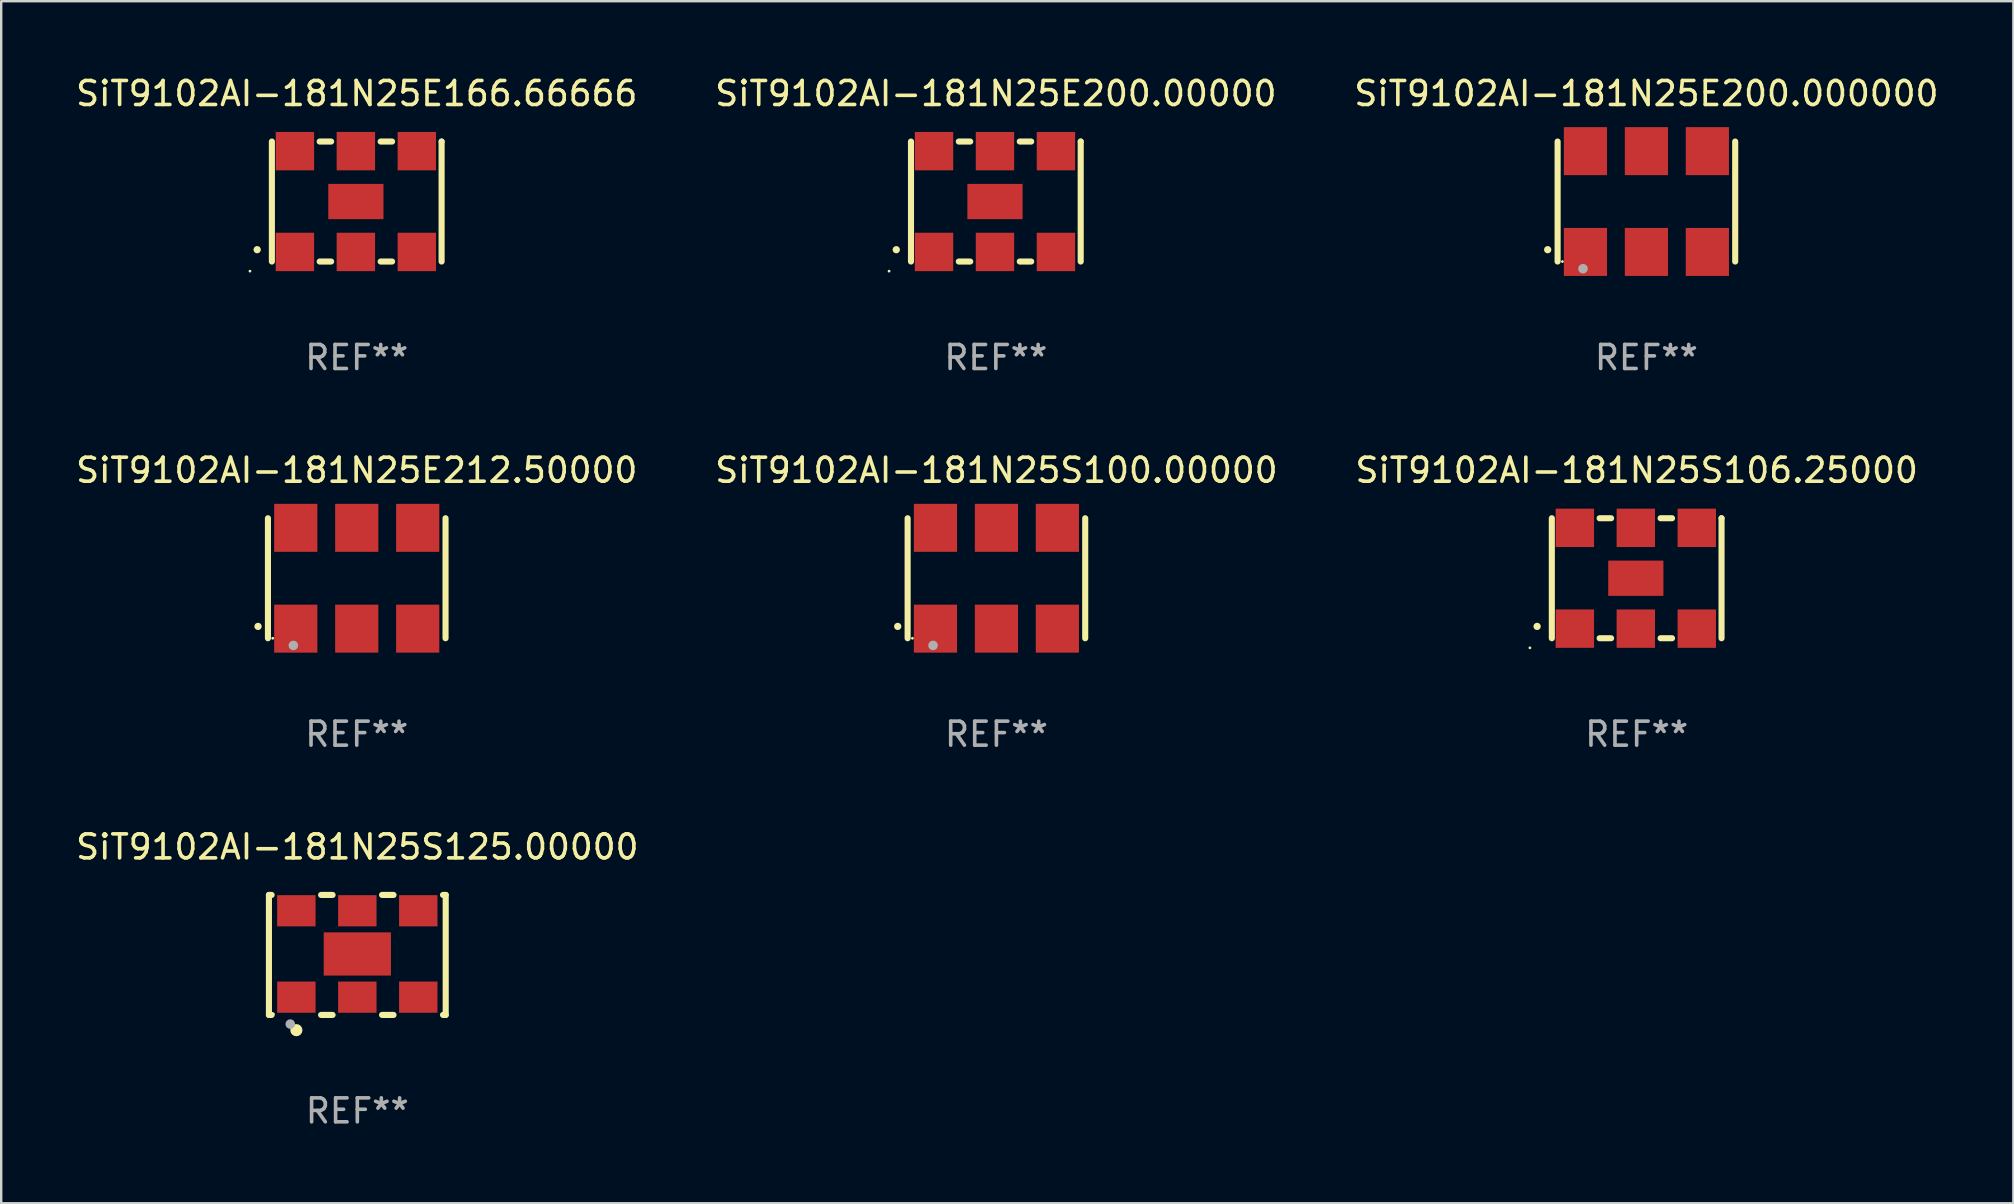
<source format=kicad_pcb>
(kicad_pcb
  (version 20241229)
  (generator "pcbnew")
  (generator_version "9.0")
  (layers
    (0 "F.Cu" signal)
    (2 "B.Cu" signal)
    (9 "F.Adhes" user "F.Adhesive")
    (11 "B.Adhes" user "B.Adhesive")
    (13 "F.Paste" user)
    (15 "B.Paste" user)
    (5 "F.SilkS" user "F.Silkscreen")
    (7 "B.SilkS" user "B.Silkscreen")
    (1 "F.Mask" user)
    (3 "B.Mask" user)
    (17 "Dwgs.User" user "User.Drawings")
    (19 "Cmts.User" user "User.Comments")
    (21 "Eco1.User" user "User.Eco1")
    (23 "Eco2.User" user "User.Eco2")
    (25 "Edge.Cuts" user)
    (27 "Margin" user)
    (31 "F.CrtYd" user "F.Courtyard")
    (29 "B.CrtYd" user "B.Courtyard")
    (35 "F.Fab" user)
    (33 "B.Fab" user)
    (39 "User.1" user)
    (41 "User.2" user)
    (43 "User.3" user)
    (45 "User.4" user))
  (footprint "SiT9102AI-181N25E212.50000"
    (layer "F.Cu")
    (at 11.815 21.045)
    (property "Reference" "SiT9102AI-181N25E212.50000" (at 0 -4.5 0) (layer "F.SilkS") (effects (font (size 1 1) (thickness 0.15))))
    (attr through_hole)
    (fp_line (start -3.7 -2.5) (end -3.7 2.5) (stroke (width 0.254) (type solid)) (layer "F.SilkS"))
    (fp_line (start 3.7 -2.5) (end 3.7 2.5) (stroke (width 0.254) (type solid)) (layer "F.SilkS"))
    (fp_arc (start -4.114415 2.006604) (mid -4.113145 2.006599) (end -4.111875 2.006604) (stroke (width 0.3) (type solid)) (layer "F.SilkS"))
    (fp_circle (center -3.5 2.501) (end -3.47 2.501) (stroke (width 0.06) (type solid)) (fill no) (layer "F.SilkS"))
    (fp_circle (center -2.641 2.799) (end -2.541 2.799) (stroke (width 0.2) (type solid)) (fill no) (layer "F.Fab"))
    (fp_text user "REF**" (at 0 6.5 0) (layer "F.Fab") (effects (font (size 1 1) (thickness 0.15))))
    (pad "1" smd rect (at -2.54 2.1) (size 1.8 2) (layers "F.Cu" "F.Mask" "F.Paste"))
    (pad "2" smd rect (at 0.000394 2.1) (size 1.8 2) (layers "F.Cu" "F.Mask" "F.Paste"))
    (pad "3" smd rect (at 2.54 2.1) (size 1.8 2) (layers "F.Cu" "F.Mask" "F.Paste"))
    (pad "4" smd rect (at 2.54 -2.1) (size 1.8 2) (layers "F.Cu" "F.Mask" "F.Paste"))
    (pad "5" smd rect (at 0.000394 -2.1) (size 1.8 2) (layers "F.Cu" "F.Mask" "F.Paste"))
    (pad "6" smd rect (at -2.54 -2.1) (size 1.8 2) (layers "F.Cu" "F.Mask" "F.Paste")))
  (footprint "SiT9102AI-181N25E166.66666"
    (layer "F.Cu")
    (at 11.815 5.348)
    (property "Reference" "SiT9102AI-181N25E166.66666" (at 0 -4.5 0) (layer "F.SilkS") (effects (font (size 1 1) (thickness 0.15))))
    (attr through_hole)
    (fp_line (start -3.536 -2.5) (end -3.536 2.5) (stroke (width 0.254) (type solid)) (layer "F.SilkS"))
    (fp_line (start -1.544 2.5) (end -1.067 2.5) (stroke (width 0.254) (type solid)) (layer "F.SilkS"))
    (fp_line (start -1.067 -2.5) (end -1.544 -2.5) (stroke (width 0.254) (type solid)) (layer "F.SilkS"))
    (fp_line (start 0.996 2.5) (end 1.473 2.5) (stroke (width 0.254) (type solid)) (layer "F.SilkS"))
    (fp_line (start 1.473 -2.5) (end 0.996 -2.5) (stroke (width 0.254) (type solid)) (layer "F.SilkS"))
    (fp_line (start 3.536 -2.5) (end 3.536 -2.5) (stroke (width 0.254) (type solid)) (layer "F.SilkS"))
    (fp_line (start 3.536 2.5) (end 3.536 -2.5) (stroke (width 0.254) (type solid)) (layer "F.SilkS"))
    (fp_arc (start -4.150432 2.006604) (mid -4.149162 2.006599) (end -4.147892 2.006604) (stroke (width 0.3) (type solid)) (layer "F.SilkS"))
    (fp_circle (center -4.449 2.9) (end -4.419 2.9) (stroke (width 0.06) (type solid)) (fill no) (layer "F.SilkS"))
    (fp_text user "REF**" (at 0 6.5 0) (layer "F.Fab") (effects (font (size 1 1) (thickness 0.15))))
    (pad "1" smd rect (at -2.576 2.1) (size 1.6 1.6) (layers "F.Cu" "F.Mask" "F.Paste"))
    (pad "2" smd rect (at -0.036 2.1) (size 1.6 1.6) (layers "F.Cu" "F.Mask" "F.Paste"))
    (pad "3" smd rect (at 2.504 2.1) (size 1.6 1.6) (layers "F.Cu" "F.Mask" "F.Paste"))
    (pad "4" smd rect (at 2.504 -2.1) (size 1.6 1.6) (layers "F.Cu" "F.Mask" "F.Paste"))
    (pad "5" smd rect (at -0.036 -2.1) (size 1.6 1.6) (layers "F.Cu" "F.Mask" "F.Paste"))
    (pad "6" smd rect (at -2.576 -2.1) (size 1.6 1.6) (layers "F.Cu" "F.Mask" "F.Paste"))
    (pad "7" smd rect (at -0.036 0) (size 2.3 1.47) (layers "F.Cu" "F.Mask" "F.Paste")))
  (footprint "SiT9102AI-181N25S125.00000"
    (layer "F.Cu")
    (at 11.839 36.741)
    (property "Reference" "SiT9102AI-181N25S125.00000" (at 0 -4.5 0) (layer "F.SilkS") (effects (font (size 1 1) (thickness 0.15))))
    (attr through_hole)
    (fp_line (start -3.683 -2.5) (end -3.571 -2.5) (stroke (width 0.254) (type solid)) (layer "F.SilkS"))
    (fp_line (start -3.683 2.5) (end -3.683 -2.5) (stroke (width 0.254) (type solid)) (layer "F.SilkS"))
    (fp_line (start -3.683 2.5) (end -3.571 2.5) (stroke (width 0.254) (type solid)) (layer "F.SilkS"))
    (fp_line (start -1.509 -2.5) (end -1.031 -2.5) (stroke (width 0.254) (type solid)) (layer "F.SilkS"))
    (fp_line (start -1.509 2.5) (end -1.031 2.5) (stroke (width 0.254) (type solid)) (layer "F.SilkS"))
    (fp_line (start 1.031 -2.5) (end 1.509 -2.5) (stroke (width 0.254) (type solid)) (layer "F.SilkS"))
    (fp_line (start 1.031 2.5) (end 1.509 2.5) (stroke (width 0.254) (type solid)) (layer "F.SilkS"))
    (fp_line (start 3.571 -2.5) (end 3.683 -2.5) (stroke (width 0.254) (type solid)) (layer "F.SilkS"))
    (fp_line (start 3.571 2.5) (end 3.683 2.5) (stroke (width 0.254) (type solid)) (layer "F.SilkS"))
    (fp_line (start 3.683 2.5) (end 3.683 -2.5) (stroke (width 0.254) (type solid)) (layer "F.SilkS"))
    (fp_circle (center -3.5 2.46) (end -3.47 2.46) (stroke (width 0.06) (type solid)) (fill no) (layer "F.SilkS"))
    (fp_circle (center -2.54 3.135) (end -2.413 3.135) (stroke (width 0.254) (type solid)) (fill no) (layer "F.SilkS"))
    (fp_circle (center -2.794 2.881) (end -2.694 2.881) (stroke (width 0.2) (type solid)) (fill no) (layer "F.Fab"))
    (fp_text user "REF**" (at 0 6.5 0) (layer "F.Fab") (effects (font (size 1 1) (thickness 0.15))))
    (pad "1" smd rect (at -2.54 1.76) (size 1.6 1.3) (layers "F.Cu" "F.Mask" "F.Paste"))
    (pad "2" smd rect (at 0 1.76) (size 1.6 1.3) (layers "F.Cu" "F.Mask" "F.Paste"))
    (pad "3" smd rect (at 2.54 1.76) (size 1.6 1.3) (layers "F.Cu" "F.Mask" "F.Paste"))
    (pad "4" smd rect (at 2.54 -1.84) (size 1.6 1.3) (layers "F.Cu" "F.Mask" "F.Paste"))
    (pad "5" smd rect (at 0 -1.84) (size 1.6 1.3) (layers "F.Cu" "F.Mask" "F.Paste"))
    (pad "6" smd rect (at -2.54 -1.84) (size 1.6 1.3) (layers "F.Cu" "F.Mask" "F.Paste"))
    (pad "7" smd rect (at 0 -0.04) (size 2.8 1.8) (layers "F.Cu" "F.Mask" "F.Paste")))
  (footprint "SiT9102AI-181N25S100.00000"
    (layer "F.Cu")
    (at 38.47 21.045)
    (property "Reference" "SiT9102AI-181N25S100.00000" (at 0 -4.5 0) (layer "F.SilkS") (effects (font (size 1 1) (thickness 0.15))))
    (attr through_hole)
    (fp_line (start -3.7 -2.5) (end -3.7 2.5) (stroke (width 0.254) (type solid)) (layer "F.SilkS"))
    (fp_line (start 3.7 -2.5) (end 3.7 2.5) (stroke (width 0.254) (type solid)) (layer "F.SilkS"))
    (fp_arc (start -4.114415 2.006604) (mid -4.113145 2.006599) (end -4.111875 2.006604) (stroke (width 0.3) (type solid)) (layer "F.SilkS"))
    (fp_circle (center -3.5 2.501) (end -3.47 2.501) (stroke (width 0.06) (type solid)) (fill no) (layer "F.SilkS"))
    (fp_circle (center -2.641 2.799) (end -2.541 2.799) (stroke (width 0.2) (type solid)) (fill no) (layer "F.Fab"))
    (fp_text user "REF**" (at 0 6.5 0) (layer "F.Fab") (effects (font (size 1 1) (thickness 0.15))))
    (pad "1" smd rect (at -2.54 2.1) (size 1.8 2) (layers "F.Cu" "F.Mask" "F.Paste"))
    (pad "2" smd rect (at 0.000394 2.1) (size 1.8 2) (layers "F.Cu" "F.Mask" "F.Paste"))
    (pad "3" smd rect (at 2.54 2.1) (size 1.8 2) (layers "F.Cu" "F.Mask" "F.Paste"))
    (pad "4" smd rect (at 2.54 -2.1) (size 1.8 2) (layers "F.Cu" "F.Mask" "F.Paste"))
    (pad "5" smd rect (at 0.000394 -2.1) (size 1.8 2) (layers "F.Cu" "F.Mask" "F.Paste"))
    (pad "6" smd rect (at -2.54 -2.1) (size 1.8 2) (layers "F.Cu" "F.Mask" "F.Paste")))
  (footprint "SiT9102AI-181N25E200.00000"
    (layer "F.Cu")
    (at 38.446 5.348)
    (property "Reference" "SiT9102AI-181N25E200.00000" (at 0 -4.5 0) (layer "F.SilkS") (effects (font (size 1 1) (thickness 0.15))))
    (attr through_hole)
    (fp_line (start -3.536 -2.5) (end -3.536 2.5) (stroke (width 0.254) (type solid)) (layer "F.SilkS"))
    (fp_line (start -1.544 2.5) (end -1.067 2.5) (stroke (width 0.254) (type solid)) (layer "F.SilkS"))
    (fp_line (start -1.067 -2.5) (end -1.544 -2.5) (stroke (width 0.254) (type solid)) (layer "F.SilkS"))
    (fp_line (start 0.996 2.5) (end 1.473 2.5) (stroke (width 0.254) (type solid)) (layer "F.SilkS"))
    (fp_line (start 1.473 -2.5) (end 0.996 -2.5) (stroke (width 0.254) (type solid)) (layer "F.SilkS"))
    (fp_line (start 3.536 -2.5) (end 3.536 -2.5) (stroke (width 0.254) (type solid)) (layer "F.SilkS"))
    (fp_line (start 3.536 2.5) (end 3.536 -2.5) (stroke (width 0.254) (type solid)) (layer "F.SilkS"))
    (fp_arc (start -4.150432 2.006604) (mid -4.149162 2.006599) (end -4.147892 2.006604) (stroke (width 0.3) (type solid)) (layer "F.SilkS"))
    (fp_circle (center -4.449 2.9) (end -4.419 2.9) (stroke (width 0.06) (type solid)) (fill no) (layer "F.SilkS"))
    (fp_text user "REF**" (at 0 6.5 0) (layer "F.Fab") (effects (font (size 1 1) (thickness 0.15))))
    (pad "1" smd rect (at -2.576 2.1) (size 1.6 1.6) (layers "F.Cu" "F.Mask" "F.Paste"))
    (pad "2" smd rect (at -0.036 2.1) (size 1.6 1.6) (layers "F.Cu" "F.Mask" "F.Paste"))
    (pad "3" smd rect (at 2.504 2.1) (size 1.6 1.6) (layers "F.Cu" "F.Mask" "F.Paste"))
    (pad "4" smd rect (at 2.504 -2.1) (size 1.6 1.6) (layers "F.Cu" "F.Mask" "F.Paste"))
    (pad "5" smd rect (at -0.036 -2.1) (size 1.6 1.6) (layers "F.Cu" "F.Mask" "F.Paste"))
    (pad "6" smd rect (at -2.576 -2.1) (size 1.6 1.6) (layers "F.Cu" "F.Mask" "F.Paste"))
    (pad "7" smd rect (at -0.036 0) (size 2.3 1.47) (layers "F.Cu" "F.Mask" "F.Paste")))
  (footprint "SiT9102AI-181N25S106.25000"
    (layer "F.Cu")
    (at 65.149 21.045)
    (property "Reference" "SiT9102AI-181N25S106.25000" (at 0 -4.5 0) (layer "F.SilkS") (effects (font (size 1 1) (thickness 0.15))))
    (attr through_hole)
    (fp_line (start -3.536 -2.5) (end -3.536 2.5) (stroke (width 0.254) (type solid)) (layer "F.SilkS"))
    (fp_line (start -1.544 2.5) (end -1.067 2.5) (stroke (width 0.254) (type solid)) (layer "F.SilkS"))
    (fp_line (start -1.067 -2.5) (end -1.544 -2.5) (stroke (width 0.254) (type solid)) (layer "F.SilkS"))
    (fp_line (start 0.996 2.5) (end 1.473 2.5) (stroke (width 0.254) (type solid)) (layer "F.SilkS"))
    (fp_line (start 1.473 -2.5) (end 0.996 -2.5) (stroke (width 0.254) (type solid)) (layer "F.SilkS"))
    (fp_line (start 3.536 -2.5) (end 3.536 -2.5) (stroke (width 0.254) (type solid)) (layer "F.SilkS"))
    (fp_line (start 3.536 2.5) (end 3.536 -2.5) (stroke (width 0.254) (type solid)) (layer "F.SilkS"))
    (fp_arc (start -4.150432 2.006604) (mid -4.149162 2.006599) (end -4.147892 2.006604) (stroke (width 0.3) (type solid)) (layer "F.SilkS"))
    (fp_circle (center -4.449 2.9) (end -4.419 2.9) (stroke (width 0.06) (type solid)) (fill no) (layer "F.SilkS"))
    (fp_text user "REF**" (at 0 6.5 0) (layer "F.Fab") (effects (font (size 1 1) (thickness 0.15))))
    (pad "1" smd rect (at -2.576 2.1) (size 1.6 1.6) (layers "F.Cu" "F.Mask" "F.Paste"))
    (pad "2" smd rect (at -0.036 2.1) (size 1.6 1.6) (layers "F.Cu" "F.Mask" "F.Paste"))
    (pad "3" smd rect (at 2.504 2.1) (size 1.6 1.6) (layers "F.Cu" "F.Mask" "F.Paste"))
    (pad "4" smd rect (at 2.504 -2.1) (size 1.6 1.6) (layers "F.Cu" "F.Mask" "F.Paste"))
    (pad "5" smd rect (at -0.036 -2.1) (size 1.6 1.6) (layers "F.Cu" "F.Mask" "F.Paste"))
    (pad "6" smd rect (at -2.576 -2.1) (size 1.6 1.6) (layers "F.Cu" "F.Mask" "F.Paste"))
    (pad "7" smd rect (at -0.036 0) (size 2.3 1.47) (layers "F.Cu" "F.Mask" "F.Paste")))
  (footprint "SiT9102AI-181N25E200.000000"
    (layer "F.Cu")
    (at 65.554 5.348)
    (property "Reference" "SiT9102AI-181N25E200.000000" (at 0 -4.5 0) (layer "F.SilkS") (effects (font (size 1 1) (thickness 0.15))))
    (attr through_hole)
    (fp_line (start -3.7 -2.5) (end -3.7 2.5) (stroke (width 0.254) (type solid)) (layer "F.SilkS"))
    (fp_line (start 3.7 -2.5) (end 3.7 2.5) (stroke (width 0.254) (type solid)) (layer "F.SilkS"))
    (fp_arc (start -4.114415 2.006604) (mid -4.113145 2.006599) (end -4.111875 2.006604) (stroke (width 0.3) (type solid)) (layer "F.SilkS"))
    (fp_circle (center -3.5 2.501) (end -3.47 2.501) (stroke (width 0.06) (type solid)) (fill no) (layer "F.SilkS"))
    (fp_circle (center -2.641 2.799) (end -2.541 2.799) (stroke (width 0.2) (type solid)) (fill no) (layer "F.Fab"))
    (fp_text user "REF**" (at 0 6.5 0) (layer "F.Fab") (effects (font (size 1 1) (thickness 0.15))))
    (pad "1" smd rect (at -2.54 2.1) (size 1.8 2) (layers "F.Cu" "F.Mask" "F.Paste"))
    (pad "2" smd rect (at 0.000394 2.1) (size 1.8 2) (layers "F.Cu" "F.Mask" "F.Paste"))
    (pad "3" smd rect (at 2.54 2.1) (size 1.8 2) (layers "F.Cu" "F.Mask" "F.Paste"))
    (pad "4" smd rect (at 2.54 -2.1) (size 1.8 2) (layers "F.Cu" "F.Mask" "F.Paste"))
    (pad "5" smd rect (at 0.000394 -2.1) (size 1.8 2) (layers "F.Cu" "F.Mask" "F.Paste"))
    (pad "6" smd rect (at -2.54 -2.1) (size 1.8 2) (layers "F.Cu" "F.Mask" "F.Paste")))
  (gr_rect
    (start -3 -3)
    (end 80.845 47.09)
    (stroke (width 0.1) (type default))
    (fill no)
    (layer "Edge.Cuts")))
</source>
